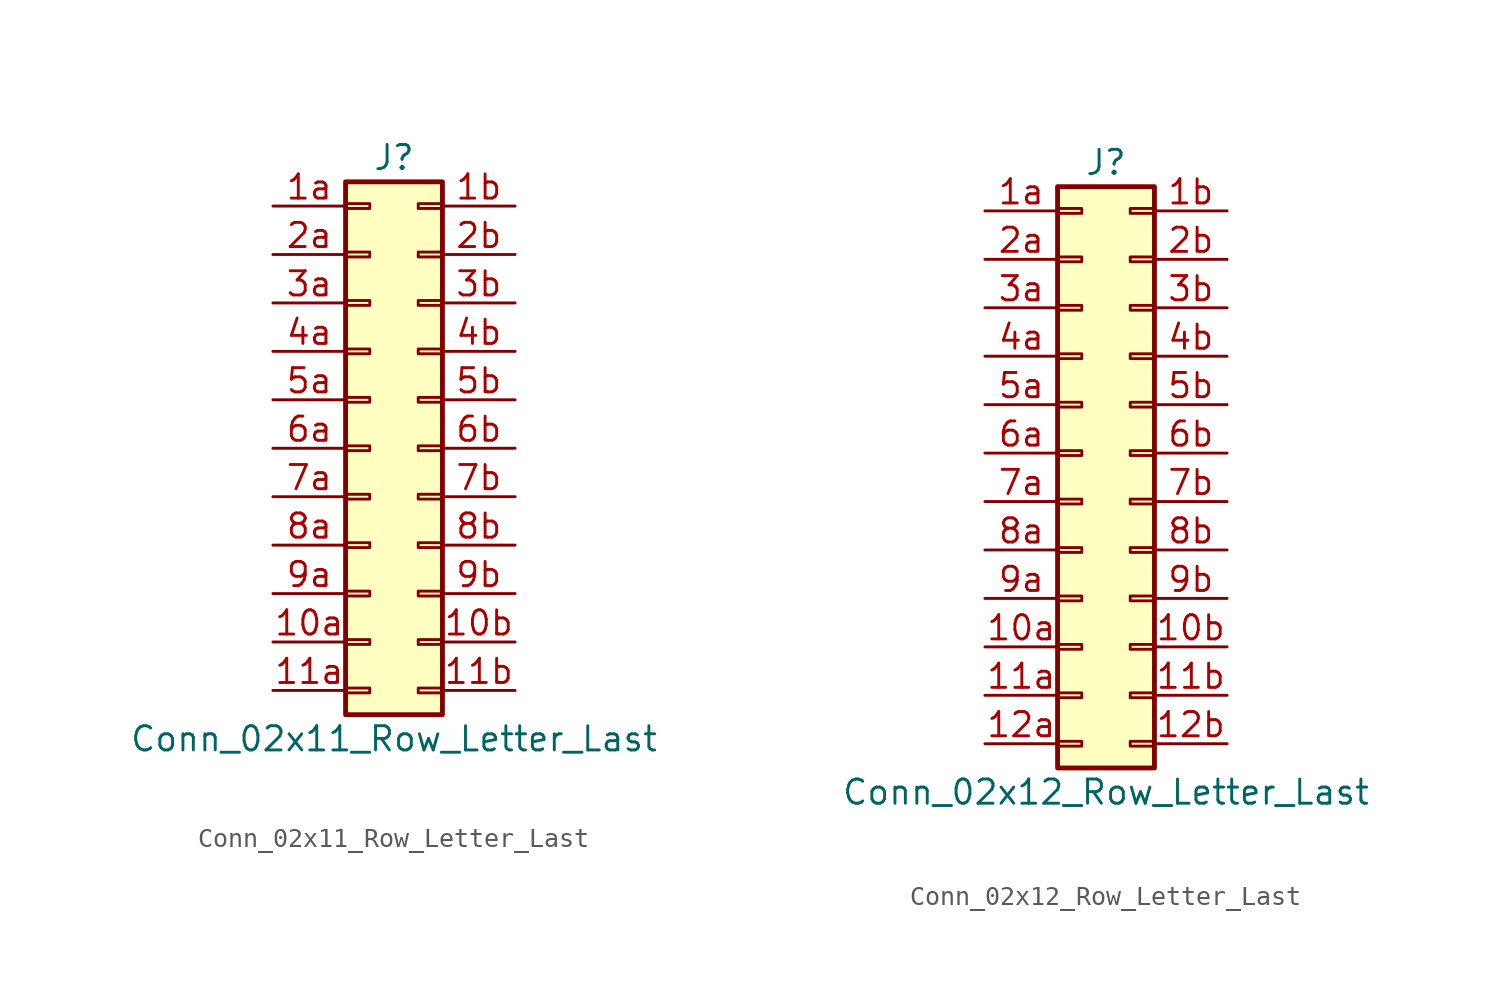
<source format=kicad_sym>
(kicad_symbol_lib
  (version 20201005)
  (generator kicad_symbol_editor)
  (symbol "Connector_Generic:Conn_02x11_Row_Letter_Last"
    (pin_names
      (offset 1.016) hide)
    (property "Reference" "J"
      (at 1.27 15.24 0)
      (effects (font (size 1.27 1.27))))
    (property "Value" "Conn_02x11_Row_Letter_Last"
      (at 1.27 -15.24 0)
      (effects (font (size 1.27 1.27))))
    (symbol "Conn_02x11_Row_Letter_Last_1_1"
      (rectangle (start -1.27 -4.953) (end 0 -5.207) (stroke (width 0.152)) (fill (type none)))
      (rectangle (start -1.27 -7.493) (end 0 -7.747) (stroke (width 0.152)) (fill (type none)))
      (rectangle (start -1.27 -10.033) (end 0 -10.287) (stroke (width 0.152)) (fill (type none)))
      (rectangle (start -1.27 -12.573) (end 0 -12.827) (stroke (width 0.152)) (fill (type none)))
      (rectangle (start -1.27 -2.413) (end 0 -2.667) (stroke (width 0.152)) (fill (type none)))
      (rectangle (start -1.27 2.667) (end 0 2.413) (stroke (width 0.152)) (fill (type none)))
      (rectangle (start -1.27 5.207) (end 0 4.953) (stroke (width 0.152)) (fill (type none)))
      (rectangle (start -1.27 7.747) (end 0 7.493) (stroke (width 0.152)) (fill (type none)))
      (rectangle (start -1.27 10.287) (end 0 10.033) (stroke (width 0.152)) (fill (type none)))
      (rectangle (start -1.27 0.127) (end 0 -0.127) (stroke (width 0.152)) (fill (type none)))
      (rectangle (start -1.27 12.827) (end 0 12.573) (stroke (width 0.152)) (fill (type none)))
      (rectangle (start -1.27 13.97) (end 3.81 -13.97) (stroke (width 0.254)) (fill (type background)))
      (rectangle (start 3.81 -4.953) (end 2.54 -5.207) (stroke (width 0.152)) (fill (type none)))
      (rectangle (start 3.81 -7.493) (end 2.54 -7.747) (stroke (width 0.152)) (fill (type none)))
      (rectangle (start 3.81 -10.033) (end 2.54 -10.287) (stroke (width 0.152)) (fill (type none)))
      (rectangle (start 3.81 -12.573) (end 2.54 -12.827) (stroke (width 0.152)) (fill (type none)))
      (rectangle (start 3.81 -2.413) (end 2.54 -2.667) (stroke (width 0.152)) (fill (type none)))
      (rectangle (start 3.81 2.667) (end 2.54 2.413) (stroke (width 0.152)) (fill (type none)))
      (rectangle (start 3.81 5.207) (end 2.54 4.953) (stroke (width 0.152)) (fill (type none)))
      (rectangle (start 3.81 7.747) (end 2.54 7.493) (stroke (width 0.152)) (fill (type none)))
      (rectangle (start 3.81 10.287) (end 2.54 10.033) (stroke (width 0.152)) (fill (type none)))
      (rectangle (start 3.81 0.127) (end 2.54 -0.127) (stroke (width 0.152)) (fill (type none)))
      (rectangle (start 3.81 12.827) (end 2.54 12.573) (stroke (width 0.152)) (fill (type none)))
      (pin passive line (at -5.08 -10.16 0) (length 3.81) (name "Pin_10a" (effects (font (size 1.27 1.27)))) (number "10a" (effects (font (size 1.27 1.27)))))
      (pin passive line (at 7.62 -10.16 180) (length 3.81) (name "Pin_10b" (effects (font (size 1.27 1.27)))) (number "10b" (effects (font (size 1.27 1.27)))))
      (pin passive line (at -5.08 -12.7 0) (length 3.81) (name "Pin_11a" (effects (font (size 1.27 1.27)))) (number "11a" (effects (font (size 1.27 1.27)))))
      (pin passive line (at 7.62 -12.7 180) (length 3.81) (name "Pin_11b" (effects (font (size 1.27 1.27)))) (number "11b" (effects (font (size 1.27 1.27)))))
      (pin passive line (at -5.08 12.7 0) (length 3.81) (name "Pin_1a" (effects (font (size 1.27 1.27)))) (number "1a" (effects (font (size 1.27 1.27)))))
      (pin passive line (at 7.62 12.7 180) (length 3.81) (name "Pin_1b" (effects (font (size 1.27 1.27)))) (number "1b" (effects (font (size 1.27 1.27)))))
      (pin passive line (at -5.08 10.16 0) (length 3.81) (name "Pin_2a" (effects (font (size 1.27 1.27)))) (number "2a" (effects (font (size 1.27 1.27)))))
      (pin passive line (at 7.62 10.16 180) (length 3.81) (name "Pin_2b" (effects (font (size 1.27 1.27)))) (number "2b" (effects (font (size 1.27 1.27)))))
      (pin passive line (at -5.08 7.62 0) (length 3.81) (name "Pin_3a" (effects (font (size 1.27 1.27)))) (number "3a" (effects (font (size 1.27 1.27)))))
      (pin passive line (at 7.62 7.62 180) (length 3.81) (name "Pin_3b" (effects (font (size 1.27 1.27)))) (number "3b" (effects (font (size 1.27 1.27)))))
      (pin passive line (at -5.08 5.08 0) (length 3.81) (name "Pin_4a" (effects (font (size 1.27 1.27)))) (number "4a" (effects (font (size 1.27 1.27)))))
      (pin passive line (at 7.62 5.08 180) (length 3.81) (name "Pin_4b" (effects (font (size 1.27 1.27)))) (number "4b" (effects (font (size 1.27 1.27)))))
      (pin passive line (at -5.08 2.54 0) (length 3.81) (name "Pin_5a" (effects (font (size 1.27 1.27)))) (number "5a" (effects (font (size 1.27 1.27)))))
      (pin passive line (at 7.62 2.54 180) (length 3.81) (name "Pin_5b" (effects (font (size 1.27 1.27)))) (number "5b" (effects (font (size 1.27 1.27)))))
      (pin passive line (at -5.08 0 0) (length 3.81) (name "Pin_6a" (effects (font (size 1.27 1.27)))) (number "6a" (effects (font (size 1.27 1.27)))))
      (pin passive line (at 7.62 0 180) (length 3.81) (name "Pin_6b" (effects (font (size 1.27 1.27)))) (number "6b" (effects (font (size 1.27 1.27)))))
      (pin passive line (at -5.08 -2.54 0) (length 3.81) (name "Pin_7a" (effects (font (size 1.27 1.27)))) (number "7a" (effects (font (size 1.27 1.27)))))
      (pin passive line (at 7.62 -2.54 180) (length 3.81) (name "Pin_7b" (effects (font (size 1.27 1.27)))) (number "7b" (effects (font (size 1.27 1.27)))))
      (pin passive line (at -5.08 -5.08 0) (length 3.81) (name "Pin_8a" (effects (font (size 1.27 1.27)))) (number "8a" (effects (font (size 1.27 1.27)))))
      (pin passive line (at 7.62 -5.08 180) (length 3.81) (name "Pin_8b" (effects (font (size 1.27 1.27)))) (number "8b" (effects (font (size 1.27 1.27)))))
      (pin passive line (at -5.08 -7.62 0) (length 3.81) (name "Pin_9a" (effects (font (size 1.27 1.27)))) (number "9a" (effects (font (size 1.27 1.27)))))
      (pin passive line (at 7.62 -7.62 180) (length 3.81) (name "Pin_9b" (effects (font (size 1.27 1.27)))) (number "9b" (effects (font (size 1.27 1.27)))))))
  (symbol "Connector_Generic:Conn_02x12_Row_Letter_Last"
    (pin_names
      (offset 1.016) hide)
    (property "Reference" "J"
      (at 1.27 15.24 0)
      (effects (font (size 1.27 1.27))))
    (property "Value" "Conn_02x12_Row_Letter_Last"
      (at 1.27 -17.78 0)
      (effects (font (size 1.27 1.27))))
    (symbol "Conn_02x12_Row_Letter_Last_1_1"
      (rectangle (start -1.27 -4.953) (end 0 -5.207) (stroke (width 0.152)) (fill (type none)))
      (rectangle (start -1.27 -7.493) (end 0 -7.747) (stroke (width 0.152)) (fill (type none)))
      (rectangle (start -1.27 -10.033) (end 0 -10.287) (stroke (width 0.152)) (fill (type none)))
      (rectangle (start -1.27 -12.573) (end 0 -12.827) (stroke (width 0.152)) (fill (type none)))
      (rectangle (start -1.27 -15.113) (end 0 -15.367) (stroke (width 0.152)) (fill (type none)))
      (rectangle (start -1.27 -2.413) (end 0 -2.667) (stroke (width 0.152)) (fill (type none)))
      (rectangle (start -1.27 2.667) (end 0 2.413) (stroke (width 0.152)) (fill (type none)))
      (rectangle (start -1.27 5.207) (end 0 4.953) (stroke (width 0.152)) (fill (type none)))
      (rectangle (start -1.27 7.747) (end 0 7.493) (stroke (width 0.152)) (fill (type none)))
      (rectangle (start -1.27 10.287) (end 0 10.033) (stroke (width 0.152)) (fill (type none)))
      (rectangle (start -1.27 0.127) (end 0 -0.127) (stroke (width 0.152)) (fill (type none)))
      (rectangle (start -1.27 12.827) (end 0 12.573) (stroke (width 0.152)) (fill (type none)))
      (rectangle (start -1.27 13.97) (end 3.81 -16.51) (stroke (width 0.254)) (fill (type background)))
      (rectangle (start 3.81 -4.953) (end 2.54 -5.207) (stroke (width 0.152)) (fill (type none)))
      (rectangle (start 3.81 -7.493) (end 2.54 -7.747) (stroke (width 0.152)) (fill (type none)))
      (rectangle (start 3.81 -10.033) (end 2.54 -10.287) (stroke (width 0.152)) (fill (type none)))
      (rectangle (start 3.81 -12.573) (end 2.54 -12.827) (stroke (width 0.152)) (fill (type none)))
      (rectangle (start 3.81 -15.113) (end 2.54 -15.367) (stroke (width 0.152)) (fill (type none)))
      (rectangle (start 3.81 -2.413) (end 2.54 -2.667) (stroke (width 0.152)) (fill (type none)))
      (rectangle (start 3.81 2.667) (end 2.54 2.413) (stroke (width 0.152)) (fill (type none)))
      (rectangle (start 3.81 5.207) (end 2.54 4.953) (stroke (width 0.152)) (fill (type none)))
      (rectangle (start 3.81 7.747) (end 2.54 7.493) (stroke (width 0.152)) (fill (type none)))
      (rectangle (start 3.81 10.287) (end 2.54 10.033) (stroke (width 0.152)) (fill (type none)))
      (rectangle (start 3.81 0.127) (end 2.54 -0.127) (stroke (width 0.152)) (fill (type none)))
      (rectangle (start 3.81 12.827) (end 2.54 12.573) (stroke (width 0.152)) (fill (type none)))
      (pin passive line (at -5.08 -10.16 0) (length 3.81) (name "Pin_10a" (effects (font (size 1.27 1.27)))) (number "10a" (effects (font (size 1.27 1.27)))))
      (pin passive line (at 7.62 -10.16 180) (length 3.81) (name "Pin_10b" (effects (font (size 1.27 1.27)))) (number "10b" (effects (font (size 1.27 1.27)))))
      (pin passive line (at -5.08 -12.7 0) (length 3.81) (name "Pin_11a" (effects (font (size 1.27 1.27)))) (number "11a" (effects (font (size 1.27 1.27)))))
      (pin passive line (at 7.62 -12.7 180) (length 3.81) (name "Pin_11b" (effects (font (size 1.27 1.27)))) (number "11b" (effects (font (size 1.27 1.27)))))
      (pin passive line (at -5.08 -15.24 0) (length 3.81) (name "Pin_12a" (effects (font (size 1.27 1.27)))) (number "12a" (effects (font (size 1.27 1.27)))))
      (pin passive line (at 7.62 -15.24 180) (length 3.81) (name "Pin_12b" (effects (font (size 1.27 1.27)))) (number "12b" (effects (font (size 1.27 1.27)))))
      (pin passive line (at -5.08 12.7 0) (length 3.81) (name "Pin_1a" (effects (font (size 1.27 1.27)))) (number "1a" (effects (font (size 1.27 1.27)))))
      (pin passive line (at 7.62 12.7 180) (length 3.81) (name "Pin_1b" (effects (font (size 1.27 1.27)))) (number "1b" (effects (font (size 1.27 1.27)))))
      (pin passive line (at -5.08 10.16 0) (length 3.81) (name "Pin_2a" (effects (font (size 1.27 1.27)))) (number "2a" (effects (font (size 1.27 1.27)))))
      (pin passive line (at 7.62 10.16 180) (length 3.81) (name "Pin_2b" (effects (font (size 1.27 1.27)))) (number "2b" (effects (font (size 1.27 1.27)))))
      (pin passive line (at -5.08 7.62 0) (length 3.81) (name "Pin_3a" (effects (font (size 1.27 1.27)))) (number "3a" (effects (font (size 1.27 1.27)))))
      (pin passive line (at 7.62 7.62 180) (length 3.81) (name "Pin_3b" (effects (font (size 1.27 1.27)))) (number "3b" (effects (font (size 1.27 1.27)))))
      (pin passive line (at -5.08 5.08 0) (length 3.81) (name "Pin_4a" (effects (font (size 1.27 1.27)))) (number "4a" (effects (font (size 1.27 1.27)))))
      (pin passive line (at 7.62 5.08 180) (length 3.81) (name "Pin_4b" (effects (font (size 1.27 1.27)))) (number "4b" (effects (font (size 1.27 1.27)))))
      (pin passive line (at -5.08 2.54 0) (length 3.81) (name "Pin_5a" (effects (font (size 1.27 1.27)))) (number "5a" (effects (font (size 1.27 1.27)))))
      (pin passive line (at 7.62 2.54 180) (length 3.81) (name "Pin_5b" (effects (font (size 1.27 1.27)))) (number "5b" (effects (font (size 1.27 1.27)))))
      (pin passive line (at -5.08 0 0) (length 3.81) (name "Pin_6a" (effects (font (size 1.27 1.27)))) (number "6a" (effects (font (size 1.27 1.27)))))
      (pin passive line (at 7.62 0 180) (length 3.81) (name "Pin_6b" (effects (font (size 1.27 1.27)))) (number "6b" (effects (font (size 1.27 1.27)))))
      (pin passive line (at -5.08 -2.54 0) (length 3.81) (name "Pin_7a" (effects (font (size 1.27 1.27)))) (number "7a" (effects (font (size 1.27 1.27)))))
      (pin passive line (at 7.62 -2.54 180) (length 3.81) (name "Pin_7b" (effects (font (size 1.27 1.27)))) (number "7b" (effects (font (size 1.27 1.27)))))
      (pin passive line (at -5.08 -5.08 0) (length 3.81) (name "Pin_8a" (effects (font (size 1.27 1.27)))) (number "8a" (effects (font (size 1.27 1.27)))))
      (pin passive line (at 7.62 -5.08 180) (length 3.81) (name "Pin_8b" (effects (font (size 1.27 1.27)))) (number "8b" (effects (font (size 1.27 1.27)))))
      (pin passive line (at -5.08 -7.62 0) (length 3.81) (name "Pin_9a" (effects (font (size 1.27 1.27)))) (number "9a" (effects (font (size 1.27 1.27)))))
      (pin passive line (at 7.62 -7.62 180) (length 3.81) (name "Pin_9b" (effects (font (size 1.27 1.27)))) (number "9b" (effects (font (size 1.27 1.27))))))))
</source>
